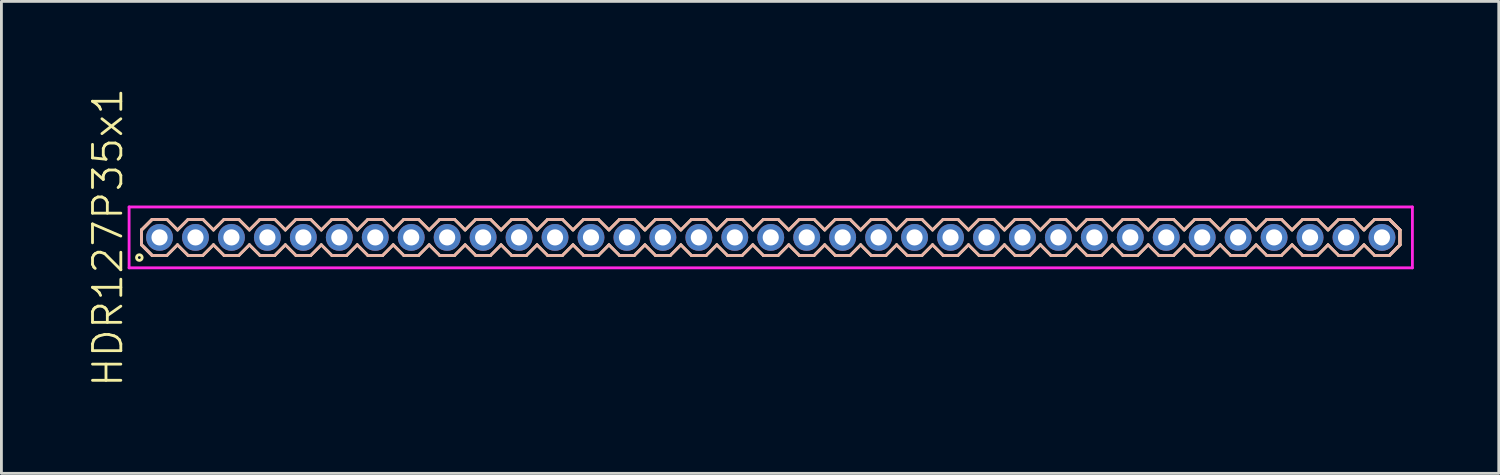
<source format=kicad_pcb>
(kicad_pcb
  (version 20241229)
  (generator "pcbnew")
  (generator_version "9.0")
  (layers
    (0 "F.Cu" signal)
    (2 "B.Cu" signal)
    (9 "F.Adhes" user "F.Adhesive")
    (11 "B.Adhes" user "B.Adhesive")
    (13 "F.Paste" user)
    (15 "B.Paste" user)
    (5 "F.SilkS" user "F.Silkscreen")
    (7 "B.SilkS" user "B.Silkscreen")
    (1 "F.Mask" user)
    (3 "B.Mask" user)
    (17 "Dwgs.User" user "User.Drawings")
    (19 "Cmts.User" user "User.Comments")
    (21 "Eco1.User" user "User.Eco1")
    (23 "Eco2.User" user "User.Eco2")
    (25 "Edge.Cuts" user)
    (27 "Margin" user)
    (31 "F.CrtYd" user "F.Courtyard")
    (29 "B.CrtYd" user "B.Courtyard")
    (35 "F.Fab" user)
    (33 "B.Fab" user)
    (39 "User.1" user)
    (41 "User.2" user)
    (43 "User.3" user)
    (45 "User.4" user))
  (footprint "HDR127P35x1"
    (layer "F.Cu")
    (at 24.175 5.336)
    (property "Reference" "HDR127P35x1" (at -23.415 0 90) (layer "F.SilkS") (effects (font (size 1 1) (thickness 0.1))))
    (attr through_hole)
    (fp_line (start -22.225 -0.263) (end -21.853 -0.635) (stroke (width 0.1) (type solid)) (layer "F.SilkS"))
    (fp_line (start -22.225 -0.263) (end -21.853 -0.635) (stroke (width 0.1) (type solid)) (layer "F.SilkS"))
    (fp_line (start -22.225 0.263) (end -22.225 -0.263) (stroke (width 0.1) (type solid)) (layer "F.SilkS"))
    (fp_line (start -22.225 0.263) (end -22.225 -0.263) (stroke (width 0.1) (type solid)) (layer "F.SilkS"))
    (fp_line (start -21.853 -0.635) (end -21.327 -0.635) (stroke (width 0.1) (type solid)) (layer "F.SilkS"))
    (fp_line (start -21.853 0.635) (end -22.225 0.263) (stroke (width 0.1) (type solid)) (layer "F.SilkS"))
    (fp_line (start -21.853 0.635) (end -22.225 0.263) (stroke (width 0.1) (type solid)) (layer "F.SilkS"))
    (fp_line (start -21.327 -0.635) (end -20.955 -0.263) (stroke (width 0.1) (type solid)) (layer "F.SilkS"))
    (fp_line (start -21.327 0.635) (end -21.853 0.635) (stroke (width 0.1) (type solid)) (layer "F.SilkS"))
    (fp_line (start -20.955 -0.263) (end -20.583 -0.635) (stroke (width 0.1) (type solid)) (layer "F.SilkS"))
    (fp_line (start -20.955 0.263) (end -21.327 0.635) (stroke (width 0.1) (type solid)) (layer "F.SilkS"))
    (fp_line (start -20.583 -0.635) (end -20.057 -0.635) (stroke (width 0.1) (type solid)) (layer "F.SilkS"))
    (fp_line (start -20.583 0.635) (end -20.955 0.263) (stroke (width 0.1) (type solid)) (layer "F.SilkS"))
    (fp_line (start -20.057 -0.635) (end -19.685 -0.263) (stroke (width 0.1) (type solid)) (layer "F.SilkS"))
    (fp_line (start -20.057 0.635) (end -20.583 0.635) (stroke (width 0.1) (type solid)) (layer "F.SilkS"))
    (fp_line (start -19.685 -0.263) (end -19.313 -0.635) (stroke (width 0.1) (type solid)) (layer "F.SilkS"))
    (fp_line (start -19.685 0.263) (end -20.057 0.635) (stroke (width 0.1) (type solid)) (layer "F.SilkS"))
    (fp_line (start -19.313 -0.635) (end -18.787 -0.635) (stroke (width 0.1) (type solid)) (layer "F.SilkS"))
    (fp_line (start -19.313 0.635) (end -19.685 0.263) (stroke (width 0.1) (type solid)) (layer "F.SilkS"))
    (fp_line (start -18.787 -0.635) (end -18.415 -0.263) (stroke (width 0.1) (type solid)) (layer "F.SilkS"))
    (fp_line (start -18.787 0.635) (end -19.313 0.635) (stroke (width 0.1) (type solid)) (layer "F.SilkS"))
    (fp_line (start -18.415 -0.263) (end -18.043 -0.635) (stroke (width 0.1) (type solid)) (layer "F.SilkS"))
    (fp_line (start -18.415 0.263) (end -18.787 0.635) (stroke (width 0.1) (type solid)) (layer "F.SilkS"))
    (fp_line (start -18.043 -0.635) (end -17.517 -0.635) (stroke (width 0.1) (type solid)) (layer "F.SilkS"))
    (fp_line (start -18.043 0.635) (end -18.415 0.263) (stroke (width 0.1) (type solid)) (layer "F.SilkS"))
    (fp_line (start -17.517 -0.635) (end -17.145 -0.263) (stroke (width 0.1) (type solid)) (layer "F.SilkS"))
    (fp_line (start -17.517 0.635) (end -18.043 0.635) (stroke (width 0.1) (type solid)) (layer "F.SilkS"))
    (fp_line (start -17.145 -0.263) (end -16.773 -0.635) (stroke (width 0.1) (type solid)) (layer "F.SilkS"))
    (fp_line (start -17.145 0.263) (end -17.517 0.635) (stroke (width 0.1) (type solid)) (layer "F.SilkS"))
    (fp_line (start -16.773 -0.635) (end -16.247 -0.635) (stroke (width 0.1) (type solid)) (layer "F.SilkS"))
    (fp_line (start -16.773 0.635) (end -17.145 0.263) (stroke (width 0.1) (type solid)) (layer "F.SilkS"))
    (fp_line (start -16.247 -0.635) (end -15.875 -0.263) (stroke (width 0.1) (type solid)) (layer "F.SilkS"))
    (fp_line (start -16.247 0.635) (end -16.773 0.635) (stroke (width 0.1) (type solid)) (layer "F.SilkS"))
    (fp_line (start -15.875 -0.263) (end -15.503 -0.635) (stroke (width 0.1) (type solid)) (layer "F.SilkS"))
    (fp_line (start -15.875 0.263) (end -16.247 0.635) (stroke (width 0.1) (type solid)) (layer "F.SilkS"))
    (fp_line (start -15.503 -0.635) (end -14.977 -0.635) (stroke (width 0.1) (type solid)) (layer "F.SilkS"))
    (fp_line (start -15.503 0.635) (end -15.875 0.263) (stroke (width 0.1) (type solid)) (layer "F.SilkS"))
    (fp_line (start -14.977 -0.635) (end -14.605 -0.263) (stroke (width 0.1) (type solid)) (layer "F.SilkS"))
    (fp_line (start -14.977 0.635) (end -15.503 0.635) (stroke (width 0.1) (type solid)) (layer "F.SilkS"))
    (fp_line (start -14.605 -0.263) (end -14.233 -0.635) (stroke (width 0.1) (type solid)) (layer "F.SilkS"))
    (fp_line (start -14.605 0.263) (end -14.977 0.635) (stroke (width 0.1) (type solid)) (layer "F.SilkS"))
    (fp_line (start -14.233 -0.635) (end -13.707 -0.635) (stroke (width 0.1) (type solid)) (layer "F.SilkS"))
    (fp_line (start -14.233 0.635) (end -14.605 0.263) (stroke (width 0.1) (type solid)) (layer "F.SilkS"))
    (fp_line (start -13.707 -0.635) (end -13.335 -0.263) (stroke (width 0.1) (type solid)) (layer "F.SilkS"))
    (fp_line (start -13.707 0.635) (end -14.233 0.635) (stroke (width 0.1) (type solid)) (layer "F.SilkS"))
    (fp_line (start -13.335 -0.263) (end -12.963 -0.635) (stroke (width 0.1) (type solid)) (layer "F.SilkS"))
    (fp_line (start -13.335 0.263) (end -13.707 0.635) (stroke (width 0.1) (type solid)) (layer "F.SilkS"))
    (fp_line (start -12.963 -0.635) (end -12.437 -0.635) (stroke (width 0.1) (type solid)) (layer "F.SilkS"))
    (fp_line (start -12.963 0.635) (end -13.335 0.263) (stroke (width 0.1) (type solid)) (layer "F.SilkS"))
    (fp_line (start -12.437 -0.635) (end -12.065 -0.263) (stroke (width 0.1) (type solid)) (layer "F.SilkS"))
    (fp_line (start -12.437 0.635) (end -12.963 0.635) (stroke (width 0.1) (type solid)) (layer "F.SilkS"))
    (fp_line (start -12.065 -0.263) (end -11.693 -0.635) (stroke (width 0.1) (type solid)) (layer "F.SilkS"))
    (fp_line (start -12.065 0.263) (end -12.437 0.635) (stroke (width 0.1) (type solid)) (layer "F.SilkS"))
    (fp_line (start -11.693 -0.635) (end -11.167 -0.635) (stroke (width 0.1) (type solid)) (layer "F.SilkS"))
    (fp_line (start -11.693 0.635) (end -12.065 0.263) (stroke (width 0.1) (type solid)) (layer "F.SilkS"))
    (fp_line (start -11.167 -0.635) (end -10.795 -0.263) (stroke (width 0.1) (type solid)) (layer "F.SilkS"))
    (fp_line (start -11.167 0.635) (end -11.693 0.635) (stroke (width 0.1) (type solid)) (layer "F.SilkS"))
    (fp_line (start -10.795 -0.263) (end -10.423 -0.635) (stroke (width 0.1) (type solid)) (layer "F.SilkS"))
    (fp_line (start -10.795 0.263) (end -11.167 0.635) (stroke (width 0.1) (type solid)) (layer "F.SilkS"))
    (fp_line (start -10.423 -0.635) (end -9.897 -0.635) (stroke (width 0.1) (type solid)) (layer "F.SilkS"))
    (fp_line (start -10.423 0.635) (end -10.795 0.263) (stroke (width 0.1) (type solid)) (layer "F.SilkS"))
    (fp_line (start -9.897 -0.635) (end -9.525 -0.263) (stroke (width 0.1) (type solid)) (layer "F.SilkS"))
    (fp_line (start -9.897 0.635) (end -10.423 0.635) (stroke (width 0.1) (type solid)) (layer "F.SilkS"))
    (fp_line (start -9.525 -0.263) (end -9.153 -0.635) (stroke (width 0.1) (type solid)) (layer "F.SilkS"))
    (fp_line (start -9.525 0.263) (end -9.897 0.635) (stroke (width 0.1) (type solid)) (layer "F.SilkS"))
    (fp_line (start -9.153 -0.635) (end -8.627 -0.635) (stroke (width 0.1) (type solid)) (layer "F.SilkS"))
    (fp_line (start -9.153 0.635) (end -9.525 0.263) (stroke (width 0.1) (type solid)) (layer "F.SilkS"))
    (fp_line (start -8.627 -0.635) (end -8.255 -0.263) (stroke (width 0.1) (type solid)) (layer "F.SilkS"))
    (fp_line (start -8.627 0.635) (end -9.153 0.635) (stroke (width 0.1) (type solid)) (layer "F.SilkS"))
    (fp_line (start -8.255 -0.263) (end -7.883 -0.635) (stroke (width 0.1) (type solid)) (layer "F.SilkS"))
    (fp_line (start -8.255 0.263) (end -8.627 0.635) (stroke (width 0.1) (type solid)) (layer "F.SilkS"))
    (fp_line (start -7.883 -0.635) (end -7.357 -0.635) (stroke (width 0.1) (type solid)) (layer "F.SilkS"))
    (fp_line (start -7.883 0.635) (end -8.255 0.263) (stroke (width 0.1) (type solid)) (layer "F.SilkS"))
    (fp_line (start -7.357 -0.635) (end -6.985 -0.263) (stroke (width 0.1) (type solid)) (layer "F.SilkS"))
    (fp_line (start -7.357 0.635) (end -7.883 0.635) (stroke (width 0.1) (type solid)) (layer "F.SilkS"))
    (fp_line (start -6.985 -0.263) (end -6.613 -0.635) (stroke (width 0.1) (type solid)) (layer "F.SilkS"))
    (fp_line (start -6.985 0.263) (end -7.357 0.635) (stroke (width 0.1) (type solid)) (layer "F.SilkS"))
    (fp_line (start -6.613 -0.635) (end -6.087 -0.635) (stroke (width 0.1) (type solid)) (layer "F.SilkS"))
    (fp_line (start -6.613 0.635) (end -6.985 0.263) (stroke (width 0.1) (type solid)) (layer "F.SilkS"))
    (fp_line (start -6.087 -0.635) (end -5.715 -0.263) (stroke (width 0.1) (type solid)) (layer "F.SilkS"))
    (fp_line (start -6.087 0.635) (end -6.613 0.635) (stroke (width 0.1) (type solid)) (layer "F.SilkS"))
    (fp_line (start -5.715 -0.263) (end -5.343 -0.635) (stroke (width 0.1) (type solid)) (layer "F.SilkS"))
    (fp_line (start -5.715 0.263) (end -6.087 0.635) (stroke (width 0.1) (type solid)) (layer "F.SilkS"))
    (fp_line (start -5.343 -0.635) (end -4.817 -0.635) (stroke (width 0.1) (type solid)) (layer "F.SilkS"))
    (fp_line (start -5.343 0.635) (end -5.715 0.263) (stroke (width 0.1) (type solid)) (layer "F.SilkS"))
    (fp_line (start -4.817 -0.635) (end -4.445 -0.263) (stroke (width 0.1) (type solid)) (layer "F.SilkS"))
    (fp_line (start -4.817 0.635) (end -5.343 0.635) (stroke (width 0.1) (type solid)) (layer "F.SilkS"))
    (fp_line (start -4.445 -0.263) (end -4.073 -0.635) (stroke (width 0.1) (type solid)) (layer "F.SilkS"))
    (fp_line (start -4.445 0.263) (end -4.817 0.635) (stroke (width 0.1) (type solid)) (layer "F.SilkS"))
    (fp_line (start -4.073 -0.635) (end -3.547 -0.635) (stroke (width 0.1) (type solid)) (layer "F.SilkS"))
    (fp_line (start -4.073 0.635) (end -4.445 0.263) (stroke (width 0.1) (type solid)) (layer "F.SilkS"))
    (fp_line (start -3.547 -0.635) (end -3.175 -0.263) (stroke (width 0.1) (type solid)) (layer "F.SilkS"))
    (fp_line (start -3.547 0.635) (end -4.073 0.635) (stroke (width 0.1) (type solid)) (layer "F.SilkS"))
    (fp_line (start -3.175 -0.263) (end -2.803 -0.635) (stroke (width 0.1) (type solid)) (layer "F.SilkS"))
    (fp_line (start -3.175 0.263) (end -3.547 0.635) (stroke (width 0.1) (type solid)) (layer "F.SilkS"))
    (fp_line (start -2.803 -0.635) (end -2.277 -0.635) (stroke (width 0.1) (type solid)) (layer "F.SilkS"))
    (fp_line (start -2.803 0.635) (end -3.175 0.263) (stroke (width 0.1) (type solid)) (layer "F.SilkS"))
    (fp_line (start -2.277 -0.635) (end -1.905 -0.263) (stroke (width 0.1) (type solid)) (layer "F.SilkS"))
    (fp_line (start -2.277 0.635) (end -2.803 0.635) (stroke (width 0.1) (type solid)) (layer "F.SilkS"))
    (fp_line (start -1.905 -0.263) (end -1.533 -0.635) (stroke (width 0.1) (type solid)) (layer "F.SilkS"))
    (fp_line (start -1.905 0.263) (end -2.277 0.635) (stroke (width 0.1) (type solid)) (layer "F.SilkS"))
    (fp_line (start -1.533 -0.635) (end -1.007 -0.635) (stroke (width 0.1) (type solid)) (layer "F.SilkS"))
    (fp_line (start -1.533 0.635) (end -1.905 0.263) (stroke (width 0.1) (type solid)) (layer "F.SilkS"))
    (fp_line (start -1.007 -0.635) (end -0.635 -0.263) (stroke (width 0.1) (type solid)) (layer "F.SilkS"))
    (fp_line (start -1.007 0.635) (end -1.533 0.635) (stroke (width 0.1) (type solid)) (layer "F.SilkS"))
    (fp_line (start -0.635 -0.263) (end -0.263 -0.635) (stroke (width 0.1) (type solid)) (layer "F.SilkS"))
    (fp_line (start -0.635 0.263) (end -1.007 0.635) (stroke (width 0.1) (type solid)) (layer "F.SilkS"))
    (fp_line (start -0.263 -0.635) (end 0.263 -0.635) (stroke (width 0.1) (type solid)) (layer "F.SilkS"))
    (fp_line (start -0.263 0.635) (end -0.635 0.263) (stroke (width 0.1) (type solid)) (layer "F.SilkS"))
    (fp_line (start 0.263 -0.635) (end 0.635 -0.263) (stroke (width 0.1) (type solid)) (layer "F.SilkS"))
    (fp_line (start 0.263 0.635) (end -0.263 0.635) (stroke (width 0.1) (type solid)) (layer "F.SilkS"))
    (fp_line (start 0.635 -0.263) (end 1.007 -0.635) (stroke (width 0.1) (type solid)) (layer "F.SilkS"))
    (fp_line (start 0.635 0.263) (end 0.263 0.635) (stroke (width 0.1) (type solid)) (layer "F.SilkS"))
    (fp_line (start 1.007 -0.635) (end 1.533 -0.635) (stroke (width 0.1) (type solid)) (layer "F.SilkS"))
    (fp_line (start 1.007 0.635) (end 0.635 0.263) (stroke (width 0.1) (type solid)) (layer "F.SilkS"))
    (fp_line (start 1.533 -0.635) (end 1.905 -0.263) (stroke (width 0.1) (type solid)) (layer "F.SilkS"))
    (fp_line (start 1.533 0.635) (end 1.007 0.635) (stroke (width 0.1) (type solid)) (layer "F.SilkS"))
    (fp_line (start 1.905 -0.263) (end 2.277 -0.635) (stroke (width 0.1) (type solid)) (layer "F.SilkS"))
    (fp_line (start 1.905 0.263) (end 1.533 0.635) (stroke (width 0.1) (type solid)) (layer "F.SilkS"))
    (fp_line (start 2.277 -0.635) (end 2.803 -0.635) (stroke (width 0.1) (type solid)) (layer "F.SilkS"))
    (fp_line (start 2.277 0.635) (end 1.905 0.263) (stroke (width 0.1) (type solid)) (layer "F.SilkS"))
    (fp_line (start 2.803 -0.635) (end 3.175 -0.263) (stroke (width 0.1) (type solid)) (layer "F.SilkS"))
    (fp_line (start 2.803 0.635) (end 2.277 0.635) (stroke (width 0.1) (type solid)) (layer "F.SilkS"))
    (fp_line (start 3.175 -0.263) (end 3.547 -0.635) (stroke (width 0.1) (type solid)) (layer "F.SilkS"))
    (fp_line (start 3.175 0.263) (end 2.803 0.635) (stroke (width 0.1) (type solid)) (layer "F.SilkS"))
    (fp_line (start 3.547 -0.635) (end 4.073 -0.635) (stroke (width 0.1) (type solid)) (layer "F.SilkS"))
    (fp_line (start 3.547 0.635) (end 3.175 0.263) (stroke (width 0.1) (type solid)) (layer "F.SilkS"))
    (fp_line (start 4.073 -0.635) (end 4.445 -0.263) (stroke (width 0.1) (type solid)) (layer "F.SilkS"))
    (fp_line (start 4.073 0.635) (end 3.547 0.635) (stroke (width 0.1) (type solid)) (layer "F.SilkS"))
    (fp_line (start 4.445 -0.263) (end 4.817 -0.635) (stroke (width 0.1) (type solid)) (layer "F.SilkS"))
    (fp_line (start 4.445 0.263) (end 4.073 0.635) (stroke (width 0.1) (type solid)) (layer "F.SilkS"))
    (fp_line (start 4.817 -0.635) (end 5.343 -0.635) (stroke (width 0.1) (type solid)) (layer "F.SilkS"))
    (fp_line (start 4.817 0.635) (end 4.445 0.263) (stroke (width 0.1) (type solid)) (layer "F.SilkS"))
    (fp_line (start 5.343 -0.635) (end 5.715 -0.263) (stroke (width 0.1) (type solid)) (layer "F.SilkS"))
    (fp_line (start 5.343 0.635) (end 4.817 0.635) (stroke (width 0.1) (type solid)) (layer "F.SilkS"))
    (fp_line (start 5.715 -0.263) (end 6.087 -0.635) (stroke (width 0.1) (type solid)) (layer "F.SilkS"))
    (fp_line (start 5.715 0.263) (end 5.343 0.635) (stroke (width 0.1) (type solid)) (layer "F.SilkS"))
    (fp_line (start 6.087 -0.635) (end 6.613 -0.635) (stroke (width 0.1) (type solid)) (layer "F.SilkS"))
    (fp_line (start 6.087 0.635) (end 5.715 0.263) (stroke (width 0.1) (type solid)) (layer "F.SilkS"))
    (fp_line (start 6.613 -0.635) (end 6.985 -0.263) (stroke (width 0.1) (type solid)) (layer "F.SilkS"))
    (fp_line (start 6.613 0.635) (end 6.087 0.635) (stroke (width 0.1) (type solid)) (layer "F.SilkS"))
    (fp_line (start 6.985 -0.263) (end 7.357 -0.635) (stroke (width 0.1) (type solid)) (layer "F.SilkS"))
    (fp_line (start 6.985 0.263) (end 6.613 0.635) (stroke (width 0.1) (type solid)) (layer "F.SilkS"))
    (fp_line (start 7.357 -0.635) (end 7.883 -0.635) (stroke (width 0.1) (type solid)) (layer "F.SilkS"))
    (fp_line (start 7.357 0.635) (end 6.985 0.263) (stroke (width 0.1) (type solid)) (layer "F.SilkS"))
    (fp_line (start 7.883 -0.635) (end 8.255 -0.263) (stroke (width 0.1) (type solid)) (layer "F.SilkS"))
    (fp_line (start 7.883 0.635) (end 7.357 0.635) (stroke (width 0.1) (type solid)) (layer "F.SilkS"))
    (fp_line (start 8.255 -0.263) (end 8.627 -0.635) (stroke (width 0.1) (type solid)) (layer "F.SilkS"))
    (fp_line (start 8.255 0.263) (end 7.883 0.635) (stroke (width 0.1) (type solid)) (layer "F.SilkS"))
    (fp_line (start 8.627 -0.635) (end 9.153 -0.635) (stroke (width 0.1) (type solid)) (layer "F.SilkS"))
    (fp_line (start 8.627 0.635) (end 8.255 0.263) (stroke (width 0.1) (type solid)) (layer "F.SilkS"))
    (fp_line (start 9.153 -0.635) (end 9.525 -0.263) (stroke (width 0.1) (type solid)) (layer "F.SilkS"))
    (fp_line (start 9.153 0.635) (end 8.627 0.635) (stroke (width 0.1) (type solid)) (layer "F.SilkS"))
    (fp_line (start 9.525 -0.263) (end 9.897 -0.635) (stroke (width 0.1) (type solid)) (layer "F.SilkS"))
    (fp_line (start 9.525 0.263) (end 9.153 0.635) (stroke (width 0.1) (type solid)) (layer "F.SilkS"))
    (fp_line (start 9.897 -0.635) (end 10.423 -0.635) (stroke (width 0.1) (type solid)) (layer "F.SilkS"))
    (fp_line (start 9.897 0.635) (end 9.525 0.263) (stroke (width 0.1) (type solid)) (layer "F.SilkS"))
    (fp_line (start 10.423 -0.635) (end 10.795 -0.263) (stroke (width 0.1) (type solid)) (layer "F.SilkS"))
    (fp_line (start 10.423 0.635) (end 9.897 0.635) (stroke (width 0.1) (type solid)) (layer "F.SilkS"))
    (fp_line (start 10.795 -0.263) (end 11.167 -0.635) (stroke (width 0.1) (type solid)) (layer "F.SilkS"))
    (fp_line (start 10.795 0.263) (end 10.423 0.635) (stroke (width 0.1) (type solid)) (layer "F.SilkS"))
    (fp_line (start 11.167 -0.635) (end 11.693 -0.635) (stroke (width 0.1) (type solid)) (layer "F.SilkS"))
    (fp_line (start 11.167 0.635) (end 10.795 0.263) (stroke (width 0.1) (type solid)) (layer "F.SilkS"))
    (fp_line (start 11.693 -0.635) (end 12.065 -0.263) (stroke (width 0.1) (type solid)) (layer "F.SilkS"))
    (fp_line (start 11.693 0.635) (end 11.167 0.635) (stroke (width 0.1) (type solid)) (layer "F.SilkS"))
    (fp_line (start 12.065 -0.263) (end 12.437 -0.635) (stroke (width 0.1) (type solid)) (layer "F.SilkS"))
    (fp_line (start 12.065 0.263) (end 11.693 0.635) (stroke (width 0.1) (type solid)) (layer "F.SilkS"))
    (fp_line (start 12.437 -0.635) (end 12.963 -0.635) (stroke (width 0.1) (type solid)) (layer "F.SilkS"))
    (fp_line (start 12.437 0.635) (end 12.065 0.263) (stroke (width 0.1) (type solid)) (layer "F.SilkS"))
    (fp_line (start 12.963 -0.635) (end 13.335 -0.263) (stroke (width 0.1) (type solid)) (layer "F.SilkS"))
    (fp_line (start 12.963 0.635) (end 12.437 0.635) (stroke (width 0.1) (type solid)) (layer "F.SilkS"))
    (fp_line (start 13.335 -0.263) (end 13.707 -0.635) (stroke (width 0.1) (type solid)) (layer "F.SilkS"))
    (fp_line (start 13.335 0.263) (end 12.963 0.635) (stroke (width 0.1) (type solid)) (layer "F.SilkS"))
    (fp_line (start 13.707 -0.635) (end 14.233 -0.635) (stroke (width 0.1) (type solid)) (layer "F.SilkS"))
    (fp_line (start 13.707 0.635) (end 13.335 0.263) (stroke (width 0.1) (type solid)) (layer "F.SilkS"))
    (fp_line (start 14.233 -0.635) (end 14.605 -0.263) (stroke (width 0.1) (type solid)) (layer "F.SilkS"))
    (fp_line (start 14.233 0.635) (end 13.707 0.635) (stroke (width 0.1) (type solid)) (layer "F.SilkS"))
    (fp_line (start 14.605 -0.263) (end 14.977 -0.635) (stroke (width 0.1) (type solid)) (layer "F.SilkS"))
    (fp_line (start 14.605 0.263) (end 14.233 0.635) (stroke (width 0.1) (type solid)) (layer "F.SilkS"))
    (fp_line (start 14.977 -0.635) (end 15.503 -0.635) (stroke (width 0.1) (type solid)) (layer "F.SilkS"))
    (fp_line (start 14.977 0.635) (end 14.605 0.263) (stroke (width 0.1) (type solid)) (layer "F.SilkS"))
    (fp_line (start 15.503 -0.635) (end 15.875 -0.263) (stroke (width 0.1) (type solid)) (layer "F.SilkS"))
    (fp_line (start 15.503 0.635) (end 14.977 0.635) (stroke (width 0.1) (type solid)) (layer "F.SilkS"))
    (fp_line (start 15.875 -0.263) (end 16.247 -0.635) (stroke (width 0.1) (type solid)) (layer "F.SilkS"))
    (fp_line (start 15.875 0.263) (end 15.503 0.635) (stroke (width 0.1) (type solid)) (layer "F.SilkS"))
    (fp_line (start 16.247 -0.635) (end 16.773 -0.635) (stroke (width 0.1) (type solid)) (layer "F.SilkS"))
    (fp_line (start 16.247 0.635) (end 15.875 0.263) (stroke (width 0.1) (type solid)) (layer "F.SilkS"))
    (fp_line (start 16.773 -0.635) (end 17.145 -0.263) (stroke (width 0.1) (type solid)) (layer "F.SilkS"))
    (fp_line (start 16.773 0.635) (end 16.247 0.635) (stroke (width 0.1) (type solid)) (layer "F.SilkS"))
    (fp_line (start 17.145 -0.263) (end 17.517 -0.635) (stroke (width 0.1) (type solid)) (layer "F.SilkS"))
    (fp_line (start 17.145 0.263) (end 16.773 0.635) (stroke (width 0.1) (type solid)) (layer "F.SilkS"))
    (fp_line (start 17.517 -0.635) (end 18.043 -0.635) (stroke (width 0.1) (type solid)) (layer "F.SilkS"))
    (fp_line (start 17.517 0.635) (end 17.145 0.263) (stroke (width 0.1) (type solid)) (layer "F.SilkS"))
    (fp_line (start 18.043 -0.635) (end 18.415 -0.263) (stroke (width 0.1) (type solid)) (layer "F.SilkS"))
    (fp_line (start 18.043 0.635) (end 17.517 0.635) (stroke (width 0.1) (type solid)) (layer "F.SilkS"))
    (fp_line (start 18.415 -0.263) (end 18.787 -0.635) (stroke (width 0.1) (type solid)) (layer "F.SilkS"))
    (fp_line (start 18.415 0.263) (end 18.043 0.635) (stroke (width 0.1) (type solid)) (layer "F.SilkS"))
    (fp_line (start 18.787 -0.635) (end 19.313 -0.635) (stroke (width 0.1) (type solid)) (layer "F.SilkS"))
    (fp_line (start 18.787 0.635) (end 18.415 0.263) (stroke (width 0.1) (type solid)) (layer "F.SilkS"))
    (fp_line (start 19.313 -0.635) (end 19.685 -0.263) (stroke (width 0.1) (type solid)) (layer "F.SilkS"))
    (fp_line (start 19.313 0.635) (end 18.787 0.635) (stroke (width 0.1) (type solid)) (layer "F.SilkS"))
    (fp_line (start 19.685 -0.263) (end 20.057 -0.635) (stroke (width 0.1) (type solid)) (layer "F.SilkS"))
    (fp_line (start 19.685 0.263) (end 19.313 0.635) (stroke (width 0.1) (type solid)) (layer "F.SilkS"))
    (fp_line (start 20.057 -0.635) (end 20.583 -0.635) (stroke (width 0.1) (type solid)) (layer "F.SilkS"))
    (fp_line (start 20.057 0.635) (end 19.685 0.263) (stroke (width 0.1) (type solid)) (layer "F.SilkS"))
    (fp_line (start 20.583 -0.635) (end 20.955 -0.263) (stroke (width 0.1) (type solid)) (layer "F.SilkS"))
    (fp_line (start 20.583 0.635) (end 20.057 0.635) (stroke (width 0.1) (type solid)) (layer "F.SilkS"))
    (fp_line (start 20.955 -0.263) (end 21.327 -0.635) (stroke (width 0.1) (type solid)) (layer "F.SilkS"))
    (fp_line (start 20.955 0.263) (end 20.583 0.635) (stroke (width 0.1) (type solid)) (layer "F.SilkS"))
    (fp_line (start 21.327 -0.635) (end 21.853 -0.635) (stroke (width 0.1) (type solid)) (layer "F.SilkS"))
    (fp_line (start 21.327 0.635) (end 20.955 0.263) (stroke (width 0.1) (type solid)) (layer "F.SilkS"))
    (fp_line (start 21.853 -0.635) (end 22.225 -0.263) (stroke (width 0.1) (type solid)) (layer "F.SilkS"))
    (fp_line (start 21.853 -0.635) (end 22.225 -0.263) (stroke (width 0.1) (type solid)) (layer "F.SilkS"))
    (fp_line (start 21.853 0.635) (end 21.327 0.635) (stroke (width 0.1) (type solid)) (layer "F.SilkS"))
    (fp_line (start 22.225 -0.263) (end 22.225 0.263) (stroke (width 0.1) (type solid)) (layer "F.SilkS"))
    (fp_line (start 22.225 -0.263) (end 22.225 0.263) (stroke (width 0.1) (type solid)) (layer "F.SilkS"))
    (fp_line (start 22.225 0.263) (end 21.853 0.635) (stroke (width 0.1) (type solid)) (layer "F.SilkS"))
    (fp_line (start 22.225 0.263) (end 21.853 0.635) (stroke (width 0.1) (type solid)) (layer "F.SilkS"))
    (fp_circle (center -22.303 0.712) (end -22.203 0.712) (stroke (width 0.1) (type solid)) (fill no) (layer "F.SilkS"))
    (fp_line (start -22.225 -0.263) (end -21.853 -0.635) (stroke (width 0.1) (type solid)) (layer "B.SilkS"))
    (fp_line (start -22.225 -0.263) (end -21.853 -0.635) (stroke (width 0.1) (type solid)) (layer "B.SilkS"))
    (fp_line (start -22.225 0.263) (end -22.225 -0.263) (stroke (width 0.1) (type solid)) (layer "B.SilkS"))
    (fp_line (start -22.225 0.263) (end -22.225 -0.263) (stroke (width 0.1) (type solid)) (layer "B.SilkS"))
    (fp_line (start -21.853 -0.635) (end -21.327 -0.635) (stroke (width 0.1) (type solid)) (layer "B.SilkS"))
    (fp_line (start -21.853 0.635) (end -22.225 0.263) (stroke (width 0.1) (type solid)) (layer "B.SilkS"))
    (fp_line (start -21.853 0.635) (end -22.225 0.263) (stroke (width 0.1) (type solid)) (layer "B.SilkS"))
    (fp_line (start -21.327 -0.635) (end -20.955 -0.263) (stroke (width 0.1) (type solid)) (layer "B.SilkS"))
    (fp_line (start -21.327 0.635) (end -21.853 0.635) (stroke (width 0.1) (type solid)) (layer "B.SilkS"))
    (fp_line (start -20.955 -0.263) (end -20.583 -0.635) (stroke (width 0.1) (type solid)) (layer "B.SilkS"))
    (fp_line (start -20.955 0.263) (end -21.327 0.635) (stroke (width 0.1) (type solid)) (layer "B.SilkS"))
    (fp_line (start -20.583 -0.635) (end -20.057 -0.635) (stroke (width 0.1) (type solid)) (layer "B.SilkS"))
    (fp_line (start -20.583 0.635) (end -20.955 0.263) (stroke (width 0.1) (type solid)) (layer "B.SilkS"))
    (fp_line (start -20.057 -0.635) (end -19.685 -0.263) (stroke (width 0.1) (type solid)) (layer "B.SilkS"))
    (fp_line (start -20.057 0.635) (end -20.583 0.635) (stroke (width 0.1) (type solid)) (layer "B.SilkS"))
    (fp_line (start -19.685 -0.263) (end -19.313 -0.635) (stroke (width 0.1) (type solid)) (layer "B.SilkS"))
    (fp_line (start -19.685 0.263) (end -20.057 0.635) (stroke (width 0.1) (type solid)) (layer "B.SilkS"))
    (fp_line (start -19.313 -0.635) (end -18.787 -0.635) (stroke (width 0.1) (type solid)) (layer "B.SilkS"))
    (fp_line (start -19.313 0.635) (end -19.685 0.263) (stroke (width 0.1) (type solid)) (layer "B.SilkS"))
    (fp_line (start -18.787 -0.635) (end -18.415 -0.263) (stroke (width 0.1) (type solid)) (layer "B.SilkS"))
    (fp_line (start -18.787 0.635) (end -19.313 0.635) (stroke (width 0.1) (type solid)) (layer "B.SilkS"))
    (fp_line (start -18.415 -0.263) (end -18.043 -0.635) (stroke (width 0.1) (type solid)) (layer "B.SilkS"))
    (fp_line (start -18.415 0.263) (end -18.787 0.635) (stroke (width 0.1) (type solid)) (layer "B.SilkS"))
    (fp_line (start -18.043 -0.635) (end -17.517 -0.635) (stroke (width 0.1) (type solid)) (layer "B.SilkS"))
    (fp_line (start -18.043 0.635) (end -18.415 0.263) (stroke (width 0.1) (type solid)) (layer "B.SilkS"))
    (fp_line (start -17.517 -0.635) (end -17.145 -0.263) (stroke (width 0.1) (type solid)) (layer "B.SilkS"))
    (fp_line (start -17.517 0.635) (end -18.043 0.635) (stroke (width 0.1) (type solid)) (layer "B.SilkS"))
    (fp_line (start -17.145 -0.263) (end -16.773 -0.635) (stroke (width 0.1) (type solid)) (layer "B.SilkS"))
    (fp_line (start -17.145 0.263) (end -17.517 0.635) (stroke (width 0.1) (type solid)) (layer "B.SilkS"))
    (fp_line (start -16.773 -0.635) (end -16.247 -0.635) (stroke (width 0.1) (type solid)) (layer "B.SilkS"))
    (fp_line (start -16.773 0.635) (end -17.145 0.263) (stroke (width 0.1) (type solid)) (layer "B.SilkS"))
    (fp_line (start -16.247 -0.635) (end -15.875 -0.263) (stroke (width 0.1) (type solid)) (layer "B.SilkS"))
    (fp_line (start -16.247 0.635) (end -16.773 0.635) (stroke (width 0.1) (type solid)) (layer "B.SilkS"))
    (fp_line (start -15.875 -0.263) (end -15.503 -0.635) (stroke (width 0.1) (type solid)) (layer "B.SilkS"))
    (fp_line (start -15.875 0.263) (end -16.247 0.635) (stroke (width 0.1) (type solid)) (layer "B.SilkS"))
    (fp_line (start -15.503 -0.635) (end -14.977 -0.635) (stroke (width 0.1) (type solid)) (layer "B.SilkS"))
    (fp_line (start -15.503 0.635) (end -15.875 0.263) (stroke (width 0.1) (type solid)) (layer "B.SilkS"))
    (fp_line (start -14.977 -0.635) (end -14.605 -0.263) (stroke (width 0.1) (type solid)) (layer "B.SilkS"))
    (fp_line (start -14.977 0.635) (end -15.503 0.635) (stroke (width 0.1) (type solid)) (layer "B.SilkS"))
    (fp_line (start -14.605 -0.263) (end -14.233 -0.635) (stroke (width 0.1) (type solid)) (layer "B.SilkS"))
    (fp_line (start -14.605 0.263) (end -14.977 0.635) (stroke (width 0.1) (type solid)) (layer "B.SilkS"))
    (fp_line (start -14.233 -0.635) (end -13.707 -0.635) (stroke (width 0.1) (type solid)) (layer "B.SilkS"))
    (fp_line (start -14.233 0.635) (end -14.605 0.263) (stroke (width 0.1) (type solid)) (layer "B.SilkS"))
    (fp_line (start -13.707 -0.635) (end -13.335 -0.263) (stroke (width 0.1) (type solid)) (layer "B.SilkS"))
    (fp_line (start -13.707 0.635) (end -14.233 0.635) (stroke (width 0.1) (type solid)) (layer "B.SilkS"))
    (fp_line (start -13.335 -0.263) (end -12.963 -0.635) (stroke (width 0.1) (type solid)) (layer "B.SilkS"))
    (fp_line (start -13.335 0.263) (end -13.707 0.635) (stroke (width 0.1) (type solid)) (layer "B.SilkS"))
    (fp_line (start -12.963 -0.635) (end -12.437 -0.635) (stroke (width 0.1) (type solid)) (layer "B.SilkS"))
    (fp_line (start -12.963 0.635) (end -13.335 0.263) (stroke (width 0.1) (type solid)) (layer "B.SilkS"))
    (fp_line (start -12.437 -0.635) (end -12.065 -0.263) (stroke (width 0.1) (type solid)) (layer "B.SilkS"))
    (fp_line (start -12.437 0.635) (end -12.963 0.635) (stroke (width 0.1) (type solid)) (layer "B.SilkS"))
    (fp_line (start -12.065 -0.263) (end -11.693 -0.635) (stroke (width 0.1) (type solid)) (layer "B.SilkS"))
    (fp_line (start -12.065 0.263) (end -12.437 0.635) (stroke (width 0.1) (type solid)) (layer "B.SilkS"))
    (fp_line (start -11.693 -0.635) (end -11.167 -0.635) (stroke (width 0.1) (type solid)) (layer "B.SilkS"))
    (fp_line (start -11.693 0.635) (end -12.065 0.263) (stroke (width 0.1) (type solid)) (layer "B.SilkS"))
    (fp_line (start -11.167 -0.635) (end -10.795 -0.263) (stroke (width 0.1) (type solid)) (layer "B.SilkS"))
    (fp_line (start -11.167 0.635) (end -11.693 0.635) (stroke (width 0.1) (type solid)) (layer "B.SilkS"))
    (fp_line (start -10.795 -0.263) (end -10.423 -0.635) (stroke (width 0.1) (type solid)) (layer "B.SilkS"))
    (fp_line (start -10.795 0.263) (end -11.167 0.635) (stroke (width 0.1) (type solid)) (layer "B.SilkS"))
    (fp_line (start -10.423 -0.635) (end -9.897 -0.635) (stroke (width 0.1) (type solid)) (layer "B.SilkS"))
    (fp_line (start -10.423 0.635) (end -10.795 0.263) (stroke (width 0.1) (type solid)) (layer "B.SilkS"))
    (fp_line (start -9.897 -0.635) (end -9.525 -0.263) (stroke (width 0.1) (type solid)) (layer "B.SilkS"))
    (fp_line (start -9.897 0.635) (end -10.423 0.635) (stroke (width 0.1) (type solid)) (layer "B.SilkS"))
    (fp_line (start -9.525 -0.263) (end -9.153 -0.635) (stroke (width 0.1) (type solid)) (layer "B.SilkS"))
    (fp_line (start -9.525 0.263) (end -9.897 0.635) (stroke (width 0.1) (type solid)) (layer "B.SilkS"))
    (fp_line (start -9.153 -0.635) (end -8.627 -0.635) (stroke (width 0.1) (type solid)) (layer "B.SilkS"))
    (fp_line (start -9.153 0.635) (end -9.525 0.263) (stroke (width 0.1) (type solid)) (layer "B.SilkS"))
    (fp_line (start -8.627 -0.635) (end -8.255 -0.263) (stroke (width 0.1) (type solid)) (layer "B.SilkS"))
    (fp_line (start -8.627 0.635) (end -9.153 0.635) (stroke (width 0.1) (type solid)) (layer "B.SilkS"))
    (fp_line (start -8.255 -0.263) (end -7.883 -0.635) (stroke (width 0.1) (type solid)) (layer "B.SilkS"))
    (fp_line (start -8.255 0.263) (end -8.627 0.635) (stroke (width 0.1) (type solid)) (layer "B.SilkS"))
    (fp_line (start -7.883 -0.635) (end -7.357 -0.635) (stroke (width 0.1) (type solid)) (layer "B.SilkS"))
    (fp_line (start -7.883 0.635) (end -8.255 0.263) (stroke (width 0.1) (type solid)) (layer "B.SilkS"))
    (fp_line (start -7.357 -0.635) (end -6.985 -0.263) (stroke (width 0.1) (type solid)) (layer "B.SilkS"))
    (fp_line (start -7.357 0.635) (end -7.883 0.635) (stroke (width 0.1) (type solid)) (layer "B.SilkS"))
    (fp_line (start -6.985 -0.263) (end -6.613 -0.635) (stroke (width 0.1) (type solid)) (layer "B.SilkS"))
    (fp_line (start -6.985 0.263) (end -7.357 0.635) (stroke (width 0.1) (type solid)) (layer "B.SilkS"))
    (fp_line (start -6.613 -0.635) (end -6.087 -0.635) (stroke (width 0.1) (type solid)) (layer "B.SilkS"))
    (fp_line (start -6.613 0.635) (end -6.985 0.263) (stroke (width 0.1) (type solid)) (layer "B.SilkS"))
    (fp_line (start -6.087 -0.635) (end -5.715 -0.263) (stroke (width 0.1) (type solid)) (layer "B.SilkS"))
    (fp_line (start -6.087 0.635) (end -6.613 0.635) (stroke (width 0.1) (type solid)) (layer "B.SilkS"))
    (fp_line (start -5.715 -0.263) (end -5.343 -0.635) (stroke (width 0.1) (type solid)) (layer "B.SilkS"))
    (fp_line (start -5.715 0.263) (end -6.087 0.635) (stroke (width 0.1) (type solid)) (layer "B.SilkS"))
    (fp_line (start -5.343 -0.635) (end -4.817 -0.635) (stroke (width 0.1) (type solid)) (layer "B.SilkS"))
    (fp_line (start -5.343 0.635) (end -5.715 0.263) (stroke (width 0.1) (type solid)) (layer "B.SilkS"))
    (fp_line (start -4.817 -0.635) (end -4.445 -0.263) (stroke (width 0.1) (type solid)) (layer "B.SilkS"))
    (fp_line (start -4.817 0.635) (end -5.343 0.635) (stroke (width 0.1) (type solid)) (layer "B.SilkS"))
    (fp_line (start -4.445 -0.263) (end -4.073 -0.635) (stroke (width 0.1) (type solid)) (layer "B.SilkS"))
    (fp_line (start -4.445 0.263) (end -4.817 0.635) (stroke (width 0.1) (type solid)) (layer "B.SilkS"))
    (fp_line (start -4.073 -0.635) (end -3.547 -0.635) (stroke (width 0.1) (type solid)) (layer "B.SilkS"))
    (fp_line (start -4.073 0.635) (end -4.445 0.263) (stroke (width 0.1) (type solid)) (layer "B.SilkS"))
    (fp_line (start -3.547 -0.635) (end -3.175 -0.263) (stroke (width 0.1) (type solid)) (layer "B.SilkS"))
    (fp_line (start -3.547 0.635) (end -4.073 0.635) (stroke (width 0.1) (type solid)) (layer "B.SilkS"))
    (fp_line (start -3.175 -0.263) (end -2.803 -0.635) (stroke (width 0.1) (type solid)) (layer "B.SilkS"))
    (fp_line (start -3.175 0.263) (end -3.547 0.635) (stroke (width 0.1) (type solid)) (layer "B.SilkS"))
    (fp_line (start -2.803 -0.635) (end -2.277 -0.635) (stroke (width 0.1) (type solid)) (layer "B.SilkS"))
    (fp_line (start -2.803 0.635) (end -3.175 0.263) (stroke (width 0.1) (type solid)) (layer "B.SilkS"))
    (fp_line (start -2.277 -0.635) (end -1.905 -0.263) (stroke (width 0.1) (type solid)) (layer "B.SilkS"))
    (fp_line (start -2.277 0.635) (end -2.803 0.635) (stroke (width 0.1) (type solid)) (layer "B.SilkS"))
    (fp_line (start -1.905 -0.263) (end -1.533 -0.635) (stroke (width 0.1) (type solid)) (layer "B.SilkS"))
    (fp_line (start -1.905 0.263) (end -2.277 0.635) (stroke (width 0.1) (type solid)) (layer "B.SilkS"))
    (fp_line (start -1.533 -0.635) (end -1.007 -0.635) (stroke (width 0.1) (type solid)) (layer "B.SilkS"))
    (fp_line (start -1.533 0.635) (end -1.905 0.263) (stroke (width 0.1) (type solid)) (layer "B.SilkS"))
    (fp_line (start -1.007 -0.635) (end -0.635 -0.263) (stroke (width 0.1) (type solid)) (layer "B.SilkS"))
    (fp_line (start -1.007 0.635) (end -1.533 0.635) (stroke (width 0.1) (type solid)) (layer "B.SilkS"))
    (fp_line (start -0.635 -0.263) (end -0.263 -0.635) (stroke (width 0.1) (type solid)) (layer "B.SilkS"))
    (fp_line (start -0.635 0.263) (end -1.007 0.635) (stroke (width 0.1) (type solid)) (layer "B.SilkS"))
    (fp_line (start -0.263 -0.635) (end 0.263 -0.635) (stroke (width 0.1) (type solid)) (layer "B.SilkS"))
    (fp_line (start -0.263 0.635) (end -0.635 0.263) (stroke (width 0.1) (type solid)) (layer "B.SilkS"))
    (fp_line (start 0.263 -0.635) (end 0.635 -0.263) (stroke (width 0.1) (type solid)) (layer "B.SilkS"))
    (fp_line (start 0.263 0.635) (end -0.263 0.635) (stroke (width 0.1) (type solid)) (layer "B.SilkS"))
    (fp_line (start 0.635 -0.263) (end 1.007 -0.635) (stroke (width 0.1) (type solid)) (layer "B.SilkS"))
    (fp_line (start 0.635 0.263) (end 0.263 0.635) (stroke (width 0.1) (type solid)) (layer "B.SilkS"))
    (fp_line (start 1.007 -0.635) (end 1.533 -0.635) (stroke (width 0.1) (type solid)) (layer "B.SilkS"))
    (fp_line (start 1.007 0.635) (end 0.635 0.263) (stroke (width 0.1) (type solid)) (layer "B.SilkS"))
    (fp_line (start 1.533 -0.635) (end 1.905 -0.263) (stroke (width 0.1) (type solid)) (layer "B.SilkS"))
    (fp_line (start 1.533 0.635) (end 1.007 0.635) (stroke (width 0.1) (type solid)) (layer "B.SilkS"))
    (fp_line (start 1.905 -0.263) (end 2.277 -0.635) (stroke (width 0.1) (type solid)) (layer "B.SilkS"))
    (fp_line (start 1.905 0.263) (end 1.533 0.635) (stroke (width 0.1) (type solid)) (layer "B.SilkS"))
    (fp_line (start 2.277 -0.635) (end 2.803 -0.635) (stroke (width 0.1) (type solid)) (layer "B.SilkS"))
    (fp_line (start 2.277 0.635) (end 1.905 0.263) (stroke (width 0.1) (type solid)) (layer "B.SilkS"))
    (fp_line (start 2.803 -0.635) (end 3.175 -0.263) (stroke (width 0.1) (type solid)) (layer "B.SilkS"))
    (fp_line (start 2.803 0.635) (end 2.277 0.635) (stroke (width 0.1) (type solid)) (layer "B.SilkS"))
    (fp_line (start 3.175 -0.263) (end 3.547 -0.635) (stroke (width 0.1) (type solid)) (layer "B.SilkS"))
    (fp_line (start 3.175 0.263) (end 2.803 0.635) (stroke (width 0.1) (type solid)) (layer "B.SilkS"))
    (fp_line (start 3.547 -0.635) (end 4.073 -0.635) (stroke (width 0.1) (type solid)) (layer "B.SilkS"))
    (fp_line (start 3.547 0.635) (end 3.175 0.263) (stroke (width 0.1) (type solid)) (layer "B.SilkS"))
    (fp_line (start 4.073 -0.635) (end 4.445 -0.263) (stroke (width 0.1) (type solid)) (layer "B.SilkS"))
    (fp_line (start 4.073 0.635) (end 3.547 0.635) (stroke (width 0.1) (type solid)) (layer "B.SilkS"))
    (fp_line (start 4.445 -0.263) (end 4.817 -0.635) (stroke (width 0.1) (type solid)) (layer "B.SilkS"))
    (fp_line (start 4.445 0.263) (end 4.073 0.635) (stroke (width 0.1) (type solid)) (layer "B.SilkS"))
    (fp_line (start 4.817 -0.635) (end 5.343 -0.635) (stroke (width 0.1) (type solid)) (layer "B.SilkS"))
    (fp_line (start 4.817 0.635) (end 4.445 0.263) (stroke (width 0.1) (type solid)) (layer "B.SilkS"))
    (fp_line (start 5.343 -0.635) (end 5.715 -0.263) (stroke (width 0.1) (type solid)) (layer "B.SilkS"))
    (fp_line (start 5.343 0.635) (end 4.817 0.635) (stroke (width 0.1) (type solid)) (layer "B.SilkS"))
    (fp_line (start 5.715 -0.263) (end 6.087 -0.635) (stroke (width 0.1) (type solid)) (layer "B.SilkS"))
    (fp_line (start 5.715 0.263) (end 5.343 0.635) (stroke (width 0.1) (type solid)) (layer "B.SilkS"))
    (fp_line (start 6.087 -0.635) (end 6.613 -0.635) (stroke (width 0.1) (type solid)) (layer "B.SilkS"))
    (fp_line (start 6.087 0.635) (end 5.715 0.263) (stroke (width 0.1) (type solid)) (layer "B.SilkS"))
    (fp_line (start 6.613 -0.635) (end 6.985 -0.263) (stroke (width 0.1) (type solid)) (layer "B.SilkS"))
    (fp_line (start 6.613 0.635) (end 6.087 0.635) (stroke (width 0.1) (type solid)) (layer "B.SilkS"))
    (fp_line (start 6.985 -0.263) (end 7.357 -0.635) (stroke (width 0.1) (type solid)) (layer "B.SilkS"))
    (fp_line (start 6.985 0.263) (end 6.613 0.635) (stroke (width 0.1) (type solid)) (layer "B.SilkS"))
    (fp_line (start 7.357 -0.635) (end 7.883 -0.635) (stroke (width 0.1) (type solid)) (layer "B.SilkS"))
    (fp_line (start 7.357 0.635) (end 6.985 0.263) (stroke (width 0.1) (type solid)) (layer "B.SilkS"))
    (fp_line (start 7.883 -0.635) (end 8.255 -0.263) (stroke (width 0.1) (type solid)) (layer "B.SilkS"))
    (fp_line (start 7.883 0.635) (end 7.357 0.635) (stroke (width 0.1) (type solid)) (layer "B.SilkS"))
    (fp_line (start 8.255 -0.263) (end 8.627 -0.635) (stroke (width 0.1) (type solid)) (layer "B.SilkS"))
    (fp_line (start 8.255 0.263) (end 7.883 0.635) (stroke (width 0.1) (type solid)) (layer "B.SilkS"))
    (fp_line (start 8.627 -0.635) (end 9.153 -0.635) (stroke (width 0.1) (type solid)) (layer "B.SilkS"))
    (fp_line (start 8.627 0.635) (end 8.255 0.263) (stroke (width 0.1) (type solid)) (layer "B.SilkS"))
    (fp_line (start 9.153 -0.635) (end 9.525 -0.263) (stroke (width 0.1) (type solid)) (layer "B.SilkS"))
    (fp_line (start 9.153 0.635) (end 8.627 0.635) (stroke (width 0.1) (type solid)) (layer "B.SilkS"))
    (fp_line (start 9.525 -0.263) (end 9.897 -0.635) (stroke (width 0.1) (type solid)) (layer "B.SilkS"))
    (fp_line (start 9.525 0.263) (end 9.153 0.635) (stroke (width 0.1) (type solid)) (layer "B.SilkS"))
    (fp_line (start 9.897 -0.635) (end 10.423 -0.635) (stroke (width 0.1) (type solid)) (layer "B.SilkS"))
    (fp_line (start 9.897 0.635) (end 9.525 0.263) (stroke (width 0.1) (type solid)) (layer "B.SilkS"))
    (fp_line (start 10.423 -0.635) (end 10.795 -0.263) (stroke (width 0.1) (type solid)) (layer "B.SilkS"))
    (fp_line (start 10.423 0.635) (end 9.897 0.635) (stroke (width 0.1) (type solid)) (layer "B.SilkS"))
    (fp_line (start 10.795 -0.263) (end 11.167 -0.635) (stroke (width 0.1) (type solid)) (layer "B.SilkS"))
    (fp_line (start 10.795 0.263) (end 10.423 0.635) (stroke (width 0.1) (type solid)) (layer "B.SilkS"))
    (fp_line (start 11.167 -0.635) (end 11.693 -0.635) (stroke (width 0.1) (type solid)) (layer "B.SilkS"))
    (fp_line (start 11.167 0.635) (end 10.795 0.263) (stroke (width 0.1) (type solid)) (layer "B.SilkS"))
    (fp_line (start 11.693 -0.635) (end 12.065 -0.263) (stroke (width 0.1) (type solid)) (layer "B.SilkS"))
    (fp_line (start 11.693 0.635) (end 11.167 0.635) (stroke (width 0.1) (type solid)) (layer "B.SilkS"))
    (fp_line (start 12.065 -0.263) (end 12.437 -0.635) (stroke (width 0.1) (type solid)) (layer "B.SilkS"))
    (fp_line (start 12.065 0.263) (end 11.693 0.635) (stroke (width 0.1) (type solid)) (layer "B.SilkS"))
    (fp_line (start 12.437 -0.635) (end 12.963 -0.635) (stroke (width 0.1) (type solid)) (layer "B.SilkS"))
    (fp_line (start 12.437 0.635) (end 12.065 0.263) (stroke (width 0.1) (type solid)) (layer "B.SilkS"))
    (fp_line (start 12.963 -0.635) (end 13.335 -0.263) (stroke (width 0.1) (type solid)) (layer "B.SilkS"))
    (fp_line (start 12.963 0.635) (end 12.437 0.635) (stroke (width 0.1) (type solid)) (layer "B.SilkS"))
    (fp_line (start 13.335 -0.263) (end 13.707 -0.635) (stroke (width 0.1) (type solid)) (layer "B.SilkS"))
    (fp_line (start 13.335 0.263) (end 12.963 0.635) (stroke (width 0.1) (type solid)) (layer "B.SilkS"))
    (fp_line (start 13.707 -0.635) (end 14.233 -0.635) (stroke (width 0.1) (type solid)) (layer "B.SilkS"))
    (fp_line (start 13.707 0.635) (end 13.335 0.263) (stroke (width 0.1) (type solid)) (layer "B.SilkS"))
    (fp_line (start 14.233 -0.635) (end 14.605 -0.263) (stroke (width 0.1) (type solid)) (layer "B.SilkS"))
    (fp_line (start 14.233 0.635) (end 13.707 0.635) (stroke (width 0.1) (type solid)) (layer "B.SilkS"))
    (fp_line (start 14.605 -0.263) (end 14.977 -0.635) (stroke (width 0.1) (type solid)) (layer "B.SilkS"))
    (fp_line (start 14.605 0.263) (end 14.233 0.635) (stroke (width 0.1) (type solid)) (layer "B.SilkS"))
    (fp_line (start 14.977 -0.635) (end 15.503 -0.635) (stroke (width 0.1) (type solid)) (layer "B.SilkS"))
    (fp_line (start 14.977 0.635) (end 14.605 0.263) (stroke (width 0.1) (type solid)) (layer "B.SilkS"))
    (fp_line (start 15.503 -0.635) (end 15.875 -0.263) (stroke (width 0.1) (type solid)) (layer "B.SilkS"))
    (fp_line (start 15.503 0.635) (end 14.977 0.635) (stroke (width 0.1) (type solid)) (layer "B.SilkS"))
    (fp_line (start 15.875 -0.263) (end 16.247 -0.635) (stroke (width 0.1) (type solid)) (layer "B.SilkS"))
    (fp_line (start 15.875 0.263) (end 15.503 0.635) (stroke (width 0.1) (type solid)) (layer "B.SilkS"))
    (fp_line (start 16.247 -0.635) (end 16.773 -0.635) (stroke (width 0.1) (type solid)) (layer "B.SilkS"))
    (fp_line (start 16.247 0.635) (end 15.875 0.263) (stroke (width 0.1) (type solid)) (layer "B.SilkS"))
    (fp_line (start 16.773 -0.635) (end 17.145 -0.263) (stroke (width 0.1) (type solid)) (layer "B.SilkS"))
    (fp_line (start 16.773 0.635) (end 16.247 0.635) (stroke (width 0.1) (type solid)) (layer "B.SilkS"))
    (fp_line (start 17.145 -0.263) (end 17.517 -0.635) (stroke (width 0.1) (type solid)) (layer "B.SilkS"))
    (fp_line (start 17.145 0.263) (end 16.773 0.635) (stroke (width 0.1) (type solid)) (layer "B.SilkS"))
    (fp_line (start 17.517 -0.635) (end 18.043 -0.635) (stroke (width 0.1) (type solid)) (layer "B.SilkS"))
    (fp_line (start 17.517 0.635) (end 17.145 0.263) (stroke (width 0.1) (type solid)) (layer "B.SilkS"))
    (fp_line (start 18.043 -0.635) (end 18.415 -0.263) (stroke (width 0.1) (type solid)) (layer "B.SilkS"))
    (fp_line (start 18.043 0.635) (end 17.517 0.635) (stroke (width 0.1) (type solid)) (layer "B.SilkS"))
    (fp_line (start 18.415 -0.263) (end 18.787 -0.635) (stroke (width 0.1) (type solid)) (layer "B.SilkS"))
    (fp_line (start 18.415 0.263) (end 18.043 0.635) (stroke (width 0.1) (type solid)) (layer "B.SilkS"))
    (fp_line (start 18.787 -0.635) (end 19.313 -0.635) (stroke (width 0.1) (type solid)) (layer "B.SilkS"))
    (fp_line (start 18.787 0.635) (end 18.415 0.263) (stroke (width 0.1) (type solid)) (layer "B.SilkS"))
    (fp_line (start 19.313 -0.635) (end 19.685 -0.263) (stroke (width 0.1) (type solid)) (layer "B.SilkS"))
    (fp_line (start 19.313 0.635) (end 18.787 0.635) (stroke (width 0.1) (type solid)) (layer "B.SilkS"))
    (fp_line (start 19.685 -0.263) (end 20.057 -0.635) (stroke (width 0.1) (type solid)) (layer "B.SilkS"))
    (fp_line (start 19.685 0.263) (end 19.313 0.635) (stroke (width 0.1) (type solid)) (layer "B.SilkS"))
    (fp_line (start 20.057 -0.635) (end 20.583 -0.635) (stroke (width 0.1) (type solid)) (layer "B.SilkS"))
    (fp_line (start 20.057 0.635) (end 19.685 0.263) (stroke (width 0.1) (type solid)) (layer "B.SilkS"))
    (fp_line (start 20.583 -0.635) (end 20.955 -0.263) (stroke (width 0.1) (type solid)) (layer "B.SilkS"))
    (fp_line (start 20.583 0.635) (end 20.057 0.635) (stroke (width 0.1) (type solid)) (layer "B.SilkS"))
    (fp_line (start 20.955 -0.263) (end 21.327 -0.635) (stroke (width 0.1) (type solid)) (layer "B.SilkS"))
    (fp_line (start 20.955 0.263) (end 20.583 0.635) (stroke (width 0.1) (type solid)) (layer "B.SilkS"))
    (fp_line (start 21.327 -0.635) (end 21.853 -0.635) (stroke (width 0.1) (type solid)) (layer "B.SilkS"))
    (fp_line (start 21.327 0.635) (end 20.955 0.263) (stroke (width 0.1) (type solid)) (layer "B.SilkS"))
    (fp_line (start 21.853 -0.635) (end 22.225 -0.263) (stroke (width 0.1) (type solid)) (layer "B.SilkS"))
    (fp_line (start 21.853 -0.635) (end 22.225 -0.263) (stroke (width 0.1) (type solid)) (layer "B.SilkS"))
    (fp_line (start 21.853 0.635) (end 21.327 0.635) (stroke (width 0.1) (type solid)) (layer "B.SilkS"))
    (fp_line (start 22.225 -0.263) (end 22.225 0.263) (stroke (width 0.1) (type solid)) (layer "B.SilkS"))
    (fp_line (start 22.225 -0.263) (end 22.225 0.263) (stroke (width 0.1) (type solid)) (layer "B.SilkS"))
    (fp_line (start 22.225 0.263) (end 21.853 0.635) (stroke (width 0.1) (type solid)) (layer "B.SilkS"))
    (fp_line (start 22.225 0.263) (end 21.853 0.635) (stroke (width 0.1) (type solid)) (layer "B.SilkS"))
    (fp_line (start -22.665 -1.075) (end -22.665 1.075) (stroke (width 0.1) (type solid)) (layer "F.CrtYd"))
    (fp_line (start -22.665 1.075) (end 22.665 1.075) (stroke (width 0.1) (type solid)) (layer "F.CrtYd"))
    (fp_line (start 22.665 -1.075) (end -22.665 -1.075) (stroke (width 0.1) (type solid)) (layer "F.CrtYd"))
    (fp_line (start 22.665 1.075) (end 22.665 -1.075) (stroke (width 0.1) (type solid)) (layer "F.CrtYd"))
    (pad "1" thru_hole oval (at -21.59 0) (size 0.95 0.95) (drill 0.57) (layers "*.Cu" "*.Mask"))
    (pad "2" thru_hole oval (at -20.32 0) (size 0.95 0.95) (drill 0.57) (layers "*.Cu" "*.Mask"))
    (pad "3" thru_hole oval (at -19.05 0) (size 0.95 0.95) (drill 0.57) (layers "*.Cu" "*.Mask"))
    (pad "4" thru_hole oval (at -17.78 0) (size 0.95 0.95) (drill 0.57) (layers "*.Cu" "*.Mask"))
    (pad "5" thru_hole oval (at -16.51 0) (size 0.95 0.95) (drill 0.57) (layers "*.Cu" "*.Mask"))
    (pad "6" thru_hole oval (at -15.24 0) (size 0.95 0.95) (drill 0.57) (layers "*.Cu" "*.Mask"))
    (pad "7" thru_hole oval (at -13.97 0) (size 0.95 0.95) (drill 0.57) (layers "*.Cu" "*.Mask"))
    (pad "8" thru_hole oval (at -12.7 0) (size 0.95 0.95) (drill 0.57) (layers "*.Cu" "*.Mask"))
    (pad "9" thru_hole oval (at -11.43 0) (size 0.95 0.95) (drill 0.57) (layers "*.Cu" "*.Mask"))
    (pad "10" thru_hole oval (at -10.16 0) (size 0.95 0.95) (drill 0.57) (layers "*.Cu" "*.Mask"))
    (pad "11" thru_hole oval (at -8.89 0) (size 0.95 0.95) (drill 0.57) (layers "*.Cu" "*.Mask"))
    (pad "12" thru_hole oval (at -7.62 0) (size 0.95 0.95) (drill 0.57) (layers "*.Cu" "*.Mask"))
    (pad "13" thru_hole oval (at -6.35 0) (size 0.95 0.95) (drill 0.57) (layers "*.Cu" "*.Mask"))
    (pad "14" thru_hole oval (at -5.08 0) (size 0.95 0.95) (drill 0.57) (layers "*.Cu" "*.Mask"))
    (pad "15" thru_hole oval (at -3.81 0) (size 0.95 0.95) (drill 0.57) (layers "*.Cu" "*.Mask"))
    (pad "16" thru_hole oval (at -2.54 0) (size 0.95 0.95) (drill 0.57) (layers "*.Cu" "*.Mask"))
    (pad "17" thru_hole oval (at -1.27 0) (size 0.95 0.95) (drill 0.57) (layers "*.Cu" "*.Mask"))
    (pad "18" thru_hole oval (at 0 0) (size 0.95 0.95) (drill 0.57) (layers "*.Cu" "*.Mask"))
    (pad "19" thru_hole oval (at 1.27 0) (size 0.95 0.95) (drill 0.57) (layers "*.Cu" "*.Mask"))
    (pad "20" thru_hole oval (at 2.54 0) (size 0.95 0.95) (drill 0.57) (layers "*.Cu" "*.Mask"))
    (pad "21" thru_hole oval (at 3.81 0) (size 0.95 0.95) (drill 0.57) (layers "*.Cu" "*.Mask"))
    (pad "22" thru_hole oval (at 5.08 0) (size 0.95 0.95) (drill 0.57) (layers "*.Cu" "*.Mask"))
    (pad "23" thru_hole oval (at 6.35 0) (size 0.95 0.95) (drill 0.57) (layers "*.Cu" "*.Mask"))
    (pad "24" thru_hole oval (at 7.62 0) (size 0.95 0.95) (drill 0.57) (layers "*.Cu" "*.Mask"))
    (pad "25" thru_hole oval (at 8.89 0) (size 0.95 0.95) (drill 0.57) (layers "*.Cu" "*.Mask"))
    (pad "26" thru_hole oval (at 10.16 0) (size 0.95 0.95) (drill 0.57) (layers "*.Cu" "*.Mask"))
    (pad "27" thru_hole oval (at 11.43 0) (size 0.95 0.95) (drill 0.57) (layers "*.Cu" "*.Mask"))
    (pad "28" thru_hole oval (at 12.7 0) (size 0.95 0.95) (drill 0.57) (layers "*.Cu" "*.Mask"))
    (pad "29" thru_hole oval (at 13.97 0) (size 0.95 0.95) (drill 0.57) (layers "*.Cu" "*.Mask"))
    (pad "30" thru_hole oval (at 15.24 0) (size 0.95 0.95) (drill 0.57) (layers "*.Cu" "*.Mask"))
    (pad "31" thru_hole oval (at 16.51 0) (size 0.95 0.95) (drill 0.57) (layers "*.Cu" "*.Mask"))
    (pad "32" thru_hole oval (at 17.78 0) (size 0.95 0.95) (drill 0.57) (layers "*.Cu" "*.Mask"))
    (pad "33" thru_hole oval (at 19.05 0) (size 0.95 0.95) (drill 0.57) (layers "*.Cu" "*.Mask"))
    (pad "34" thru_hole oval (at 20.32 0) (size 0.95 0.95) (drill 0.57) (layers "*.Cu" "*.Mask"))
    (pad "35" thru_hole oval (at 21.59 0) (size 0.95 0.95) (drill 0.57) (layers "*.Cu" "*.Mask")))
  (gr_rect
    (start -3 -3)
    (end 49.891 13.671)
    (stroke (width 0.1) (type default))
    (fill no)
    (layer "Edge.Cuts")))
</source>
